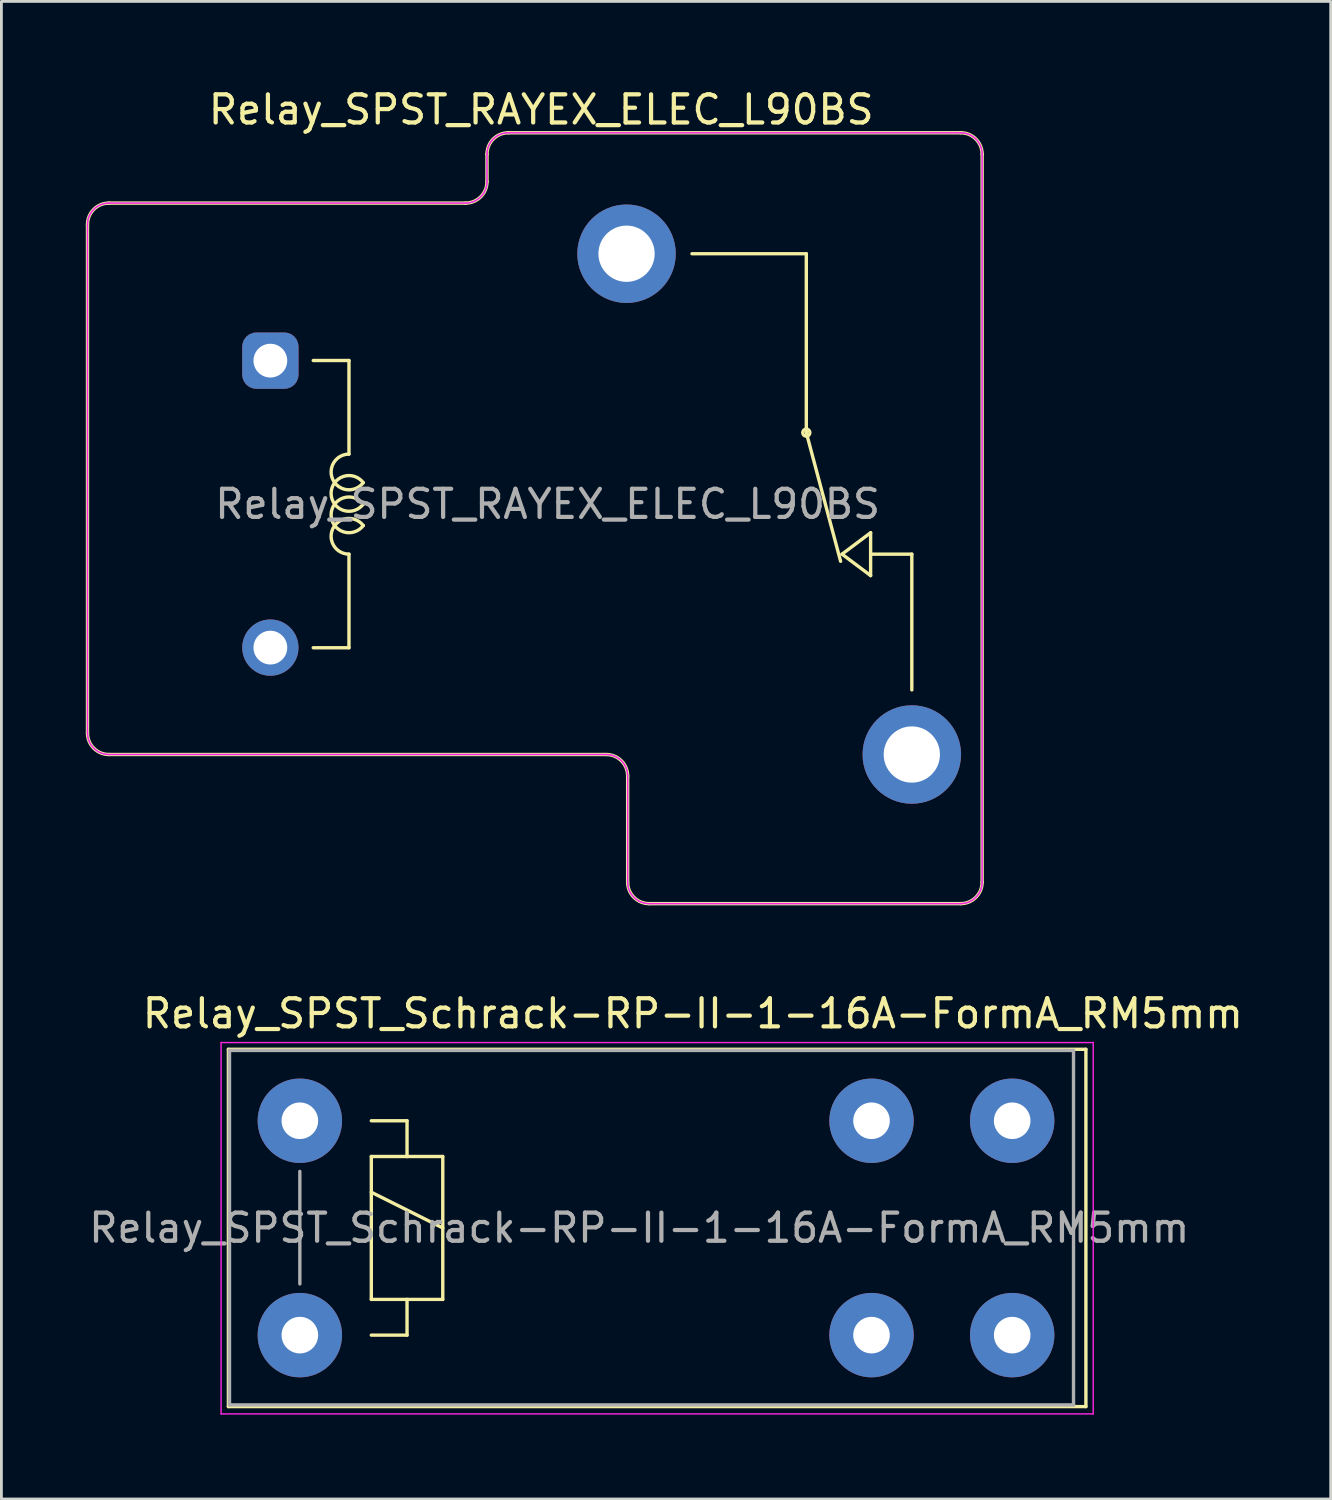
<source format=kicad_pcb>
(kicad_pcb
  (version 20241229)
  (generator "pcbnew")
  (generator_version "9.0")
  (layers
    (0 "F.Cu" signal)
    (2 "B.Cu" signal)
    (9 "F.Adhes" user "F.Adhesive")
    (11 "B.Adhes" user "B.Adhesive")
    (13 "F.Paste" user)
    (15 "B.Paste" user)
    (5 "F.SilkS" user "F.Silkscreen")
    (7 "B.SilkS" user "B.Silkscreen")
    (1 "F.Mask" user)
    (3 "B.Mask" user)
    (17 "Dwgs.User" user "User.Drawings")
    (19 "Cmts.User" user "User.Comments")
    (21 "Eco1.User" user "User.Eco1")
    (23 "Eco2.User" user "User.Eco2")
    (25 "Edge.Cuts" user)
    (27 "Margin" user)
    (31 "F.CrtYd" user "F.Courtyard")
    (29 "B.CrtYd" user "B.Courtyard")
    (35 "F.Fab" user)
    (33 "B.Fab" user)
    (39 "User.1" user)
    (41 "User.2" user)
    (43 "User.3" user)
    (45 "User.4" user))
  (footprint "Relay_SPST_Schrack-RP-II-1-16A-FormA_RM5mm"
    (layer "F.Cu")
    (at 7.608 36.787)
    (property "Reference" "Relay_SPST_Schrack-RP-II-1-16A-FormA_RM5mm" (at 13.97 -3.81 0) (layer "F.SilkS") (effects (font (size 1 1) (thickness 0.15))))
    (attr through_hole)
    (fp_line (start -2.54 -2.54) (end 27.94 -2.54) (stroke (width 0.12) (type solid)) (layer "F.SilkS"))
    (fp_line (start -2.54 10.16) (end -2.54 -2.54) (stroke (width 0.12) (type solid)) (layer "F.SilkS"))
    (fp_line (start 2.54 0) (end 3.81 0) (stroke (width 0.12) (type solid)) (layer "F.SilkS"))
    (fp_line (start 2.54 1.27) (end 3.81 1.27) (stroke (width 0.12) (type solid)) (layer "F.SilkS"))
    (fp_line (start 2.54 2.54) (end 5.08 3.81) (stroke (width 0.12) (type solid)) (layer "F.SilkS"))
    (fp_line (start 2.54 6.35) (end 2.54 1.27) (stroke (width 0.12) (type solid)) (layer "F.SilkS"))
    (fp_line (start 3.81 0) (end 3.81 1.27) (stroke (width 0.12) (type solid)) (layer "F.SilkS"))
    (fp_line (start 3.81 1.27) (end 5.08 1.27) (stroke (width 0.12) (type solid)) (layer "F.SilkS"))
    (fp_line (start 3.81 6.35) (end 3.81 7.62) (stroke (width 0.12) (type solid)) (layer "F.SilkS"))
    (fp_line (start 3.81 7.62) (end 2.54 7.62) (stroke (width 0.12) (type solid)) (layer "F.SilkS"))
    (fp_line (start 5.08 1.27) (end 5.08 6.35) (stroke (width 0.12) (type solid)) (layer "F.SilkS"))
    (fp_line (start 5.08 6.35) (end 2.54 6.35) (stroke (width 0.12) (type solid)) (layer "F.SilkS"))
    (fp_line (start 27.94 -2.54) (end 27.94 10.16) (stroke (width 0.12) (type solid)) (layer "F.SilkS"))
    (fp_line (start 27.94 10.16) (end -2.54 10.16) (stroke (width 0.12) (type solid)) (layer "F.SilkS"))
    (fp_line (start -2.8 -2.78) (end 28.2 -2.78) (stroke (width 0.05) (type solid)) (layer "F.CrtYd"))
    (fp_line (start -2.8 10.42) (end -2.8 -2.78) (stroke (width 0.05) (type solid)) (layer "F.CrtYd"))
    (fp_line (start 28.2 -2.78) (end 28.2 10.42) (stroke (width 0.05) (type solid)) (layer "F.CrtYd"))
    (fp_line (start 28.2 10.42) (end -2.8 10.42) (stroke (width 0.05) (type solid)) (layer "F.CrtYd"))
    (fp_line (start -2.5 -2.5) (end 27.5 -2.5) (stroke (width 0.12) (type solid)) (layer "F.Fab"))
    (fp_line (start -2.5 10.1) (end -2.5 -2.5) (stroke (width 0.12) (type solid)) (layer "F.Fab"))
    (fp_line (start 0 1.8) (end 0 5.8) (stroke (width 0.12) (type solid)) (layer "F.Fab"))
    (fp_line (start 27.5 -2.5) (end 27.5 10.1) (stroke (width 0.12) (type solid)) (layer "F.Fab"))
    (fp_line (start 27.5 10.1) (end -2.5 10.1) (stroke (width 0.12) (type solid)) (layer "F.Fab"))
    (fp_text user "${REFERENCE}" (at 12.065 3.81 0) (layer "F.Fab") (effects (font (size 1 1) (thickness 0.15))))
    (pad "11" thru_hole circle (at 20.32 0) (size 3 3) (drill 1.3) (layers "*.Cu" "*.Mask"))
    (pad "11" thru_hole circle (at 20.32 7.62) (size 3 3) (drill 1.3) (layers "*.Cu" "*.Mask"))
    (pad "14" thru_hole circle (at 25.32 0) (size 3 3) (drill 1.3) (layers "*.Cu" "*.Mask"))
    (pad "14" thru_hole circle (at 25.32 7.62) (size 3 3) (drill 1.3) (layers "*.Cu" "*.Mask"))
    (pad "A1" thru_hole circle (at 0 0) (size 3 3) (drill 1.3) (layers "*.Cu" "*.Mask"))
    (pad "A2" thru_hole circle (at 0 7.62) (size 3 3) (drill 1.3) (layers "*.Cu" "*.Mask")))
  (footprint "Relay_SPST_RAYEX_ELEC_L90BS"
    (layer "F.Cu")
    (at 4.02 14.869)
    (property "Reference" "Relay_SPST_RAYEX_ELEC_L90BS" (at 12.167 -14.021 0) (layer "F.SilkS") (effects (font (size 1 1) (thickness 0.15))))
    (attr through_hole)
    (fp_line (start -3.96 -9.938) (end -3.96 8.138) (stroke (width 0.12) (type solid)) (layer "F.SilkS"))
    (fp_line (start -3.198 -10.7) (end 9.478 -10.7) (stroke (width 0.12) (type solid)) (layer "F.SilkS"))
    (fp_line (start -3.198 8.9) (end 14.478 8.9) (stroke (width 0.12) (type solid)) (layer "F.SilkS"))
    (fp_line (start 4.064 -5.105) (end 5.334 -5.105) (stroke (width 0.12) (type solid)) (layer "F.SilkS"))
    (fp_line (start 5.334 -1.778) (end 5.334 -5.105) (stroke (width 0.12) (type solid)) (layer "F.SilkS"))
    (fp_line (start 5.334 5.105) (end 4.064 5.105) (stroke (width 0.12) (type solid)) (layer "F.SilkS"))
    (fp_line (start 5.334 5.105) (end 5.334 1.778) (stroke (width 0.12) (type solid)) (layer "F.SilkS"))
    (fp_line (start 10.24 -12.438) (end 10.24 -11.462) (stroke (width 0.12) (type solid)) (layer "F.SilkS"))
    (fp_line (start 11.002 -13.2) (end 27.078 -13.2) (stroke (width 0.12) (type solid)) (layer "F.SilkS"))
    (fp_line (start 15.24 9.662) (end 15.24 13.438) (stroke (width 0.12) (type solid)) (layer "F.SilkS"))
    (fp_line (start 16.002 14.2) (end 27.078 14.2) (stroke (width 0.12) (type solid)) (layer "F.SilkS"))
    (fp_line (start 21.59 -8.9) (end 17.526 -8.9) (stroke (width 0.12) (type solid)) (layer "F.SilkS"))
    (fp_line (start 21.59 -2.54) (end 21.59 -8.9) (stroke (width 0.12) (type solid)) (layer "F.SilkS"))
    (fp_line (start 21.59 -2.54) (end 22.809 2.032) (stroke (width 0.12) (type solid)) (layer "F.SilkS"))
    (fp_line (start 22.86 1.778) (end 23.876 1.016) (stroke (width 0.12) (type solid)) (layer "F.SilkS"))
    (fp_line (start 23.876 1.778) (end 25.34 1.778) (stroke (width 0.12) (type solid)) (layer "F.SilkS"))
    (fp_line (start 23.876 2.54) (end 22.86 1.778) (stroke (width 0.12) (type solid)) (layer "F.SilkS"))
    (fp_line (start 23.876 2.54) (end 23.876 1.016) (stroke (width 0.12) (type solid)) (layer "F.SilkS"))
    (fp_line (start 25.34 1.778) (end 25.34 6.604) (stroke (width 0.12) (type solid)) (layer "F.SilkS"))
    (fp_line (start 27.84 -12.438) (end 27.84 13.438) (stroke (width 0.12) (type solid)) (layer "F.SilkS"))
    (fp_arc (start -3.96 -9.938) (mid -3.736815 -10.476815) (end -3.198 -10.7) (stroke (width 0.12) (type solid)) (layer "F.SilkS"))
    (fp_arc (start -3.198 8.9) (mid -3.736815 8.676815) (end -3.96 8.138) (stroke (width 0.12) (type solid)) (layer "F.SilkS"))
    (fp_arc (start 5.334002 1.777997) (mid 4.765966 0.859166) (end 5.841802 0.76173) (stroke (width 0.12) (type solid)) (layer "F.SilkS"))
    (fp_arc (start 5.8418 -0.761733) (mid 4.765964 -0.859168) (end 5.334 -1.778) (stroke (width 0.12) (type solid)) (layer "F.SilkS"))
    (fp_arc (start 5.842265 -0.000355) (mid 4.699002 -0.38078) (end 5.842 -0.762001) (stroke (width 0.12) (type solid)) (layer "F.SilkS"))
    (fp_arc (start 5.842266 0.761644) (mid 4.699003 0.381219) (end 5.842001 -0.000002) (stroke (width 0.12) (type solid)) (layer "F.SilkS"))
    (fp_arc (start 10.24 -12.438) (mid 10.463185 -12.976815) (end 11.002 -13.2) (stroke (width 0.12) (type solid)) (layer "F.SilkS"))
    (fp_arc (start 10.24 -11.462) (mid 10.016815 -10.923185) (end 9.478 -10.7) (stroke (width 0.12) (type solid)) (layer "F.SilkS"))
    (fp_arc (start 14.478 8.9) (mid 15.016815 9.123185) (end 15.24 9.662) (stroke (width 0.12) (type solid)) (layer "F.SilkS"))
    (fp_arc (start 16.002 14.2) (mid 15.463185 13.976815) (end 15.24 13.438) (stroke (width 0.12) (type solid)) (layer "F.SilkS"))
    (fp_arc (start 27.078 -13.2) (mid 27.616815 -12.976815) (end 27.84 -12.438) (stroke (width 0.12) (type solid)) (layer "F.SilkS"))
    (fp_arc (start 27.84 13.438) (mid 27.616815 13.976815) (end 27.078 14.2) (stroke (width 0.12) (type solid)) (layer "F.SilkS"))
    (fp_circle (center 21.59 -2.54) (end 21.59 -2.413) (stroke (width 0.12) (type solid)) (fill no) (layer "F.SilkS"))
    (fp_line (start -3.96 -9.938) (end -3.96 8.138) (stroke (width 0.05) (type solid)) (layer "F.CrtYd"))
    (fp_line (start -3.198 -10.7) (end 9.478 -10.7) (stroke (width 0.05) (type solid)) (layer "F.CrtYd"))
    (fp_line (start -3.198 8.9) (end 14.478 8.9) (stroke (width 0.05) (type solid)) (layer "F.CrtYd"))
    (fp_line (start 10.24 -12.438) (end 10.24 -11.462) (stroke (width 0.05) (type solid)) (layer "F.CrtYd"))
    (fp_line (start 11.002 -13.2) (end 27.078 -13.2) (stroke (width 0.05) (type solid)) (layer "F.CrtYd"))
    (fp_line (start 15.24 9.662) (end 15.24 13.438) (stroke (width 0.05) (type solid)) (layer "F.CrtYd"))
    (fp_line (start 16.002 14.2) (end 27.078 14.2) (stroke (width 0.05) (type solid)) (layer "F.CrtYd"))
    (fp_line (start 27.84 -12.438) (end 27.84 13.438) (stroke (width 0.05) (type solid)) (layer "F.CrtYd"))
    (fp_arc (start -3.96 -9.938) (mid -3.736815 -10.476815) (end -3.198 -10.7) (stroke (width 0.05) (type solid)) (layer "F.CrtYd"))
    (fp_arc (start -3.198 8.9) (mid -3.736815 8.676815) (end -3.96 8.138) (stroke (width 0.05) (type solid)) (layer "F.CrtYd"))
    (fp_arc (start 10.24 -12.438) (mid 10.463185 -12.976815) (end 11.002 -13.2) (stroke (width 0.05) (type solid)) (layer "F.CrtYd"))
    (fp_arc (start 10.24 -11.462) (mid 10.016815 -10.923185) (end 9.478 -10.7) (stroke (width 0.05) (type solid)) (layer "F.CrtYd"))
    (fp_arc (start 14.478 8.9) (mid 15.016815 9.123185) (end 15.24 9.662) (stroke (width 0.05) (type solid)) (layer "F.CrtYd"))
    (fp_arc (start 16.002 14.2) (mid 15.463185 13.976815) (end 15.24 13.438) (stroke (width 0.05) (type solid)) (layer "F.CrtYd"))
    (fp_arc (start 27.078 -13.2) (mid 27.616815 -12.976815) (end 27.84 -12.438) (stroke (width 0.05) (type solid)) (layer "F.CrtYd"))
    (fp_arc (start 27.84 13.438) (mid 27.616815 13.976815) (end 27.078 14.2) (stroke (width 0.05) (type solid)) (layer "F.CrtYd"))
    (fp_line (start -3.96 -9.938) (end -3.96 8.138) (stroke (width 0.05) (type solid)) (layer "F.Fab"))
    (fp_line (start -3.198 -10.7) (end 9.478 -10.7) (stroke (width 0.05) (type solid)) (layer "F.Fab"))
    (fp_line (start -3.198 8.9) (end 14.478 8.9) (stroke (width 0.05) (type solid)) (layer "F.Fab"))
    (fp_line (start 10.24 -12.438) (end 10.24 -11.462) (stroke (width 0.05) (type solid)) (layer "F.Fab"))
    (fp_line (start 11.002 -13.2) (end 27.078 -13.2) (stroke (width 0.05) (type solid)) (layer "F.Fab"))
    (fp_line (start 15.24 9.662) (end 15.24 13.438) (stroke (width 0.05) (type solid)) (layer "F.Fab"))
    (fp_line (start 16.002 14.2) (end 27.078 14.2) (stroke (width 0.05) (type solid)) (layer "F.Fab"))
    (fp_line (start 27.84 -12.438) (end 27.84 13.438) (stroke (width 0.05) (type solid)) (layer "F.Fab"))
    (fp_arc (start -3.96 -9.938) (mid -3.736815 -10.476815) (end -3.198 -10.7) (stroke (width 0.05) (type solid)) (layer "F.Fab"))
    (fp_arc (start -3.198 8.9) (mid -3.736815 8.676815) (end -3.96 8.138) (stroke (width 0.05) (type solid)) (layer "F.Fab"))
    (fp_arc (start 10.24 -12.438) (mid 10.463185 -12.976815) (end 11.002 -13.2) (stroke (width 0.05) (type solid)) (layer "F.Fab"))
    (fp_arc (start 10.24 -11.462) (mid 10.016815 -10.923185) (end 9.478 -10.7) (stroke (width 0.05) (type solid)) (layer "F.Fab"))
    (fp_arc (start 14.478 8.9) (mid 15.016815 9.123185) (end 15.24 9.662) (stroke (width 0.05) (type solid)) (layer "F.Fab"))
    (fp_arc (start 16.002 14.2) (mid 15.463185 13.976815) (end 15.24 13.438) (stroke (width 0.05) (type solid)) (layer "F.Fab"))
    (fp_arc (start 27.078 -13.2) (mid 27.616815 -12.976815) (end 27.84 -12.438) (stroke (width 0.05) (type solid)) (layer "F.Fab"))
    (fp_arc (start 27.84 13.438) (mid 27.616815 13.976815) (end 27.078 14.2) (stroke (width 0.05) (type solid)) (layer "F.Fab"))
    (fp_text user "${REFERENCE}" (at 12.395 0 0) (layer "F.Fab") (effects (font (size 1 1) (thickness 0.15))))
    (pad "2" thru_hole roundrect (at 2.54 -5.1 180) (size 2 2) (drill 1.2) (layers "*.Cu" "*.Mask") (roundrect_rratio 0.25))
    (pad "4" thru_hole circle (at 25.34 8.9 180) (size 3.5 3.5) (drill 2) (layers "*.Cu" "*.Mask"))
    (pad "5" thru_hole circle (at 15.2 -8.9 180) (size 3.5 3.5) (drill 2) (layers "*.Cu" "*.Mask"))
    (pad "6" thru_hole circle (at 2.54 5.1 180) (size 2 2) (drill 1.2) (layers "*.Cu" "*.Mask")))
  (gr_rect
    (start -3 -3)
    (end 44.25 50.232)
    (stroke (width 0.1) (type default))
    (fill no)
    (layer "Edge.Cuts")))
</source>
